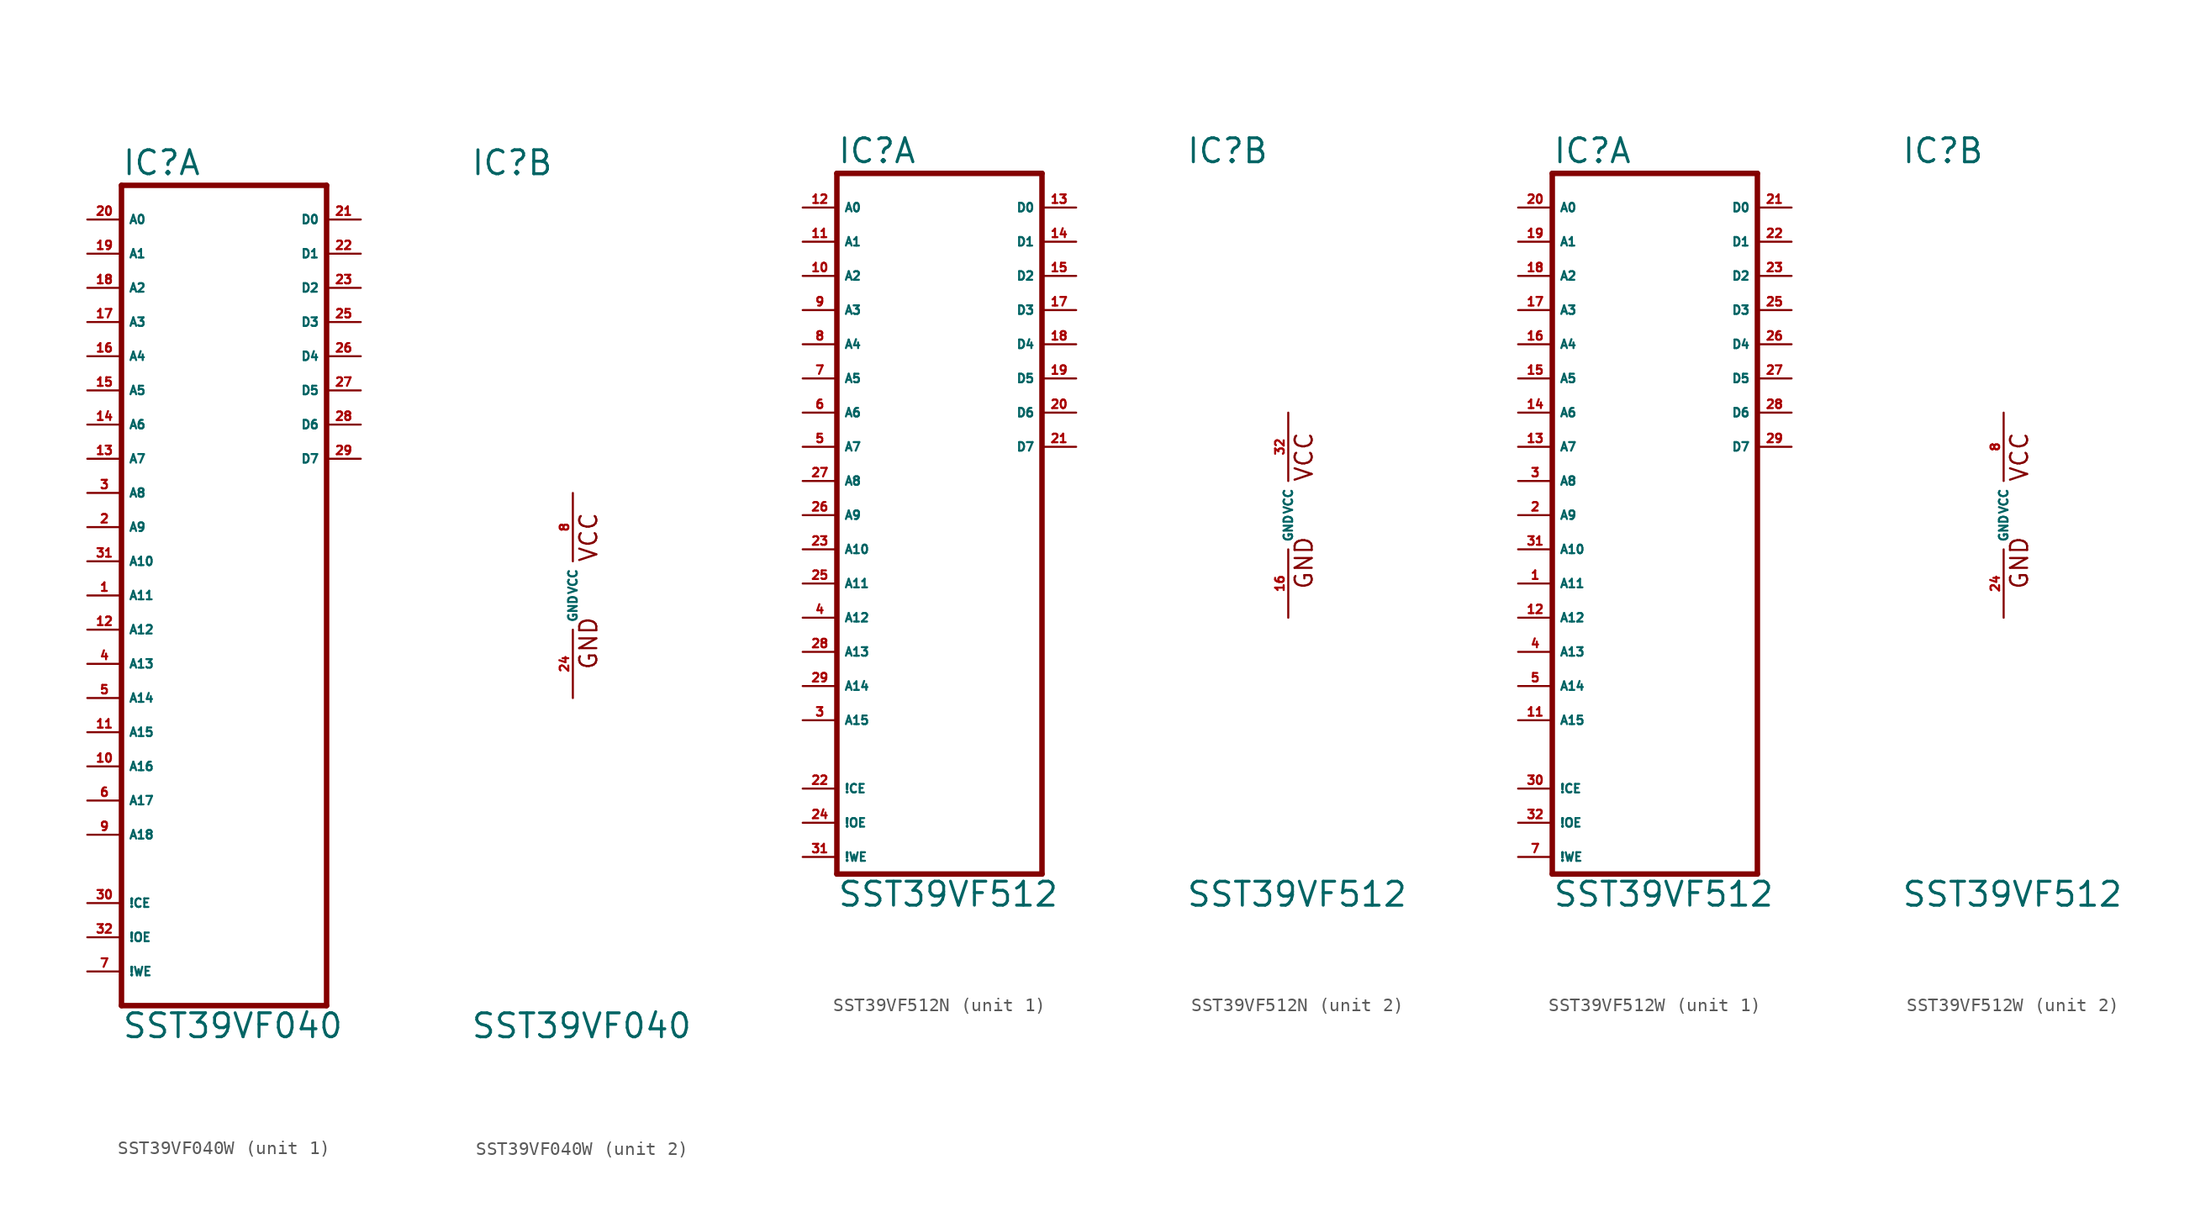
<source format=kicad_sym>
(kicad_symbol_lib
  (version 20220914)
  (generator Eagle2Kicad)
  (symbol "SST39VF040W"
    (property "Reference" "IC"
      (at -7.62 31.115 0)
      (effects (font (size 1.778 1.778) (thickness 0.22)) (justify left bottom)))
    (property "Value" "SST39VF040"
      (at -7.62 -33.02 0)
      (effects (font (size 1.778 1.778) (thickness 0.22)) (justify left bottom)))
    (symbol "SST39VF040W_1_0"
      (polyline (pts (xy -7.62 -30.48) (xy 7.62 -30.48)) (stroke (width 0.406) (type default)) (fill (type none)))
      (polyline (pts (xy 7.62 -30.48) (xy 7.62 30.48)) (stroke (width 0.406) (type default)) (fill (type none)))
      (polyline (pts (xy 7.62 30.48) (xy -7.62 30.48)) (stroke (width 0.406) (type default)) (fill (type none)))
      (polyline (pts (xy -7.62 30.48) (xy -7.62 -30.48)) (stroke (width 0.406) (type default)) (fill (type none)))
      (pin input line (at -10.16 10.16 0) (length 2.54) (name "A7" (effects (font (size 0.635 0.635) (thickness 0.08)) (justify left bottom))) (number "13" (effects (font (size 0.635 0.635) (thickness 0.08)) (justify left bottom))))
      (pin input line (at -10.16 12.7 0) (length 2.54) (name "A6" (effects (font (size 0.635 0.635) (thickness 0.08)) (justify left bottom))) (number "14" (effects (font (size 0.635 0.635) (thickness 0.08)) (justify left bottom))))
      (pin input line (at -10.16 15.24 0) (length 2.54) (name "A5" (effects (font (size 0.635 0.635) (thickness 0.08)) (justify left bottom))) (number "15" (effects (font (size 0.635 0.635) (thickness 0.08)) (justify left bottom))))
      (pin input line (at -10.16 17.78 0) (length 2.54) (name "A4" (effects (font (size 0.635 0.635) (thickness 0.08)) (justify left bottom))) (number "16" (effects (font (size 0.635 0.635) (thickness 0.08)) (justify left bottom))))
      (pin input line (at -10.16 20.32 0) (length 2.54) (name "A3" (effects (font (size 0.635 0.635) (thickness 0.08)) (justify left bottom))) (number "17" (effects (font (size 0.635 0.635) (thickness 0.08)) (justify left bottom))))
      (pin input line (at -10.16 22.86 0) (length 2.54) (name "A2" (effects (font (size 0.635 0.635) (thickness 0.08)) (justify left bottom))) (number "18" (effects (font (size 0.635 0.635) (thickness 0.08)) (justify left bottom))))
      (pin input line (at -10.16 25.4 0) (length 2.54) (name "A1" (effects (font (size 0.635 0.635) (thickness 0.08)) (justify left bottom))) (number "19" (effects (font (size 0.635 0.635) (thickness 0.08)) (justify left bottom))))
      (pin input line (at -10.16 27.94 0) (length 2.54) (name "A0" (effects (font (size 0.635 0.635) (thickness 0.08)) (justify left bottom))) (number "20" (effects (font (size 0.635 0.635) (thickness 0.08)) (justify left bottom))))
      (pin bidirectional line (at 10.16 27.94 180) (length 2.54) (name "D0" (effects (font (size 0.635 0.635) (thickness 0.08)) (justify left bottom))) (number "21" (effects (font (size 0.635 0.635) (thickness 0.08)) (justify left bottom))))
      (pin bidirectional line (at 10.16 25.4 180) (length 2.54) (name "D1" (effects (font (size 0.635 0.635) (thickness 0.08)) (justify left bottom))) (number "22" (effects (font (size 0.635 0.635) (thickness 0.08)) (justify left bottom))))
      (pin bidirectional line (at 10.16 22.86 180) (length 2.54) (name "D2" (effects (font (size 0.635 0.635) (thickness 0.08)) (justify left bottom))) (number "23" (effects (font (size 0.635 0.635) (thickness 0.08)) (justify left bottom))))
      (pin bidirectional line (at 10.16 20.32 180) (length 2.54) (name "D3" (effects (font (size 0.635 0.635) (thickness 0.08)) (justify left bottom))) (number "25" (effects (font (size 0.635 0.635) (thickness 0.08)) (justify left bottom))))
      (pin bidirectional line (at 10.16 17.78 180) (length 2.54) (name "D4" (effects (font (size 0.635 0.635) (thickness 0.08)) (justify left bottom))) (number "26" (effects (font (size 0.635 0.635) (thickness 0.08)) (justify left bottom))))
      (pin bidirectional line (at 10.16 15.24 180) (length 2.54) (name "D5" (effects (font (size 0.635 0.635) (thickness 0.08)) (justify left bottom))) (number "27" (effects (font (size 0.635 0.635) (thickness 0.08)) (justify left bottom))))
      (pin bidirectional line (at 10.16 12.7 180) (length 2.54) (name "D6" (effects (font (size 0.635 0.635) (thickness 0.08)) (justify left bottom))) (number "28" (effects (font (size 0.635 0.635) (thickness 0.08)) (justify left bottom))))
      (pin bidirectional line (at 10.16 10.16 180) (length 2.54) (name "D7" (effects (font (size 0.635 0.635) (thickness 0.08)) (justify left bottom))) (number "29" (effects (font (size 0.635 0.635) (thickness 0.08)) (justify left bottom))))
      (pin input line (at -10.16 -22.86 0) (length 2.54) (name "!CE" (effects (font (size 0.635 0.635) (thickness 0.08)) (justify left bottom))) (number "30" (effects (font (size 0.635 0.635) (thickness 0.08)) (justify left bottom))))
      (pin input line (at -10.16 2.54 0) (length 2.54) (name "A10" (effects (font (size 0.635 0.635) (thickness 0.08)) (justify left bottom))) (number "31" (effects (font (size 0.635 0.635) (thickness 0.08)) (justify left bottom))))
      (pin input line (at -10.16 -25.4 0) (length 2.54) (name "!OE" (effects (font (size 0.635 0.635) (thickness 0.08)) (justify left bottom))) (number "32" (effects (font (size 0.635 0.635) (thickness 0.08)) (justify left bottom))))
      (pin input line (at -10.16 -27.94 0) (length 2.54) (name "!WE" (effects (font (size 0.635 0.635) (thickness 0.08)) (justify left bottom))) (number "7" (effects (font (size 0.635 0.635) (thickness 0.08)) (justify left bottom))))
      (pin input line (at -10.16 5.08 0) (length 2.54) (name "A9" (effects (font (size 0.635 0.635) (thickness 0.08)) (justify left bottom))) (number "2" (effects (font (size 0.635 0.635) (thickness 0.08)) (justify left bottom))))
      (pin input line (at -10.16 7.62 0) (length 2.54) (name "A8" (effects (font (size 0.635 0.635) (thickness 0.08)) (justify left bottom))) (number "3" (effects (font (size 0.635 0.635) (thickness 0.08)) (justify left bottom))))
      (pin input line (at -10.16 0 0) (length 2.54) (name "A11" (effects (font (size 0.635 0.635) (thickness 0.08)) (justify left bottom))) (number "1" (effects (font (size 0.635 0.635) (thickness 0.08)) (justify left bottom))))
      (pin input line (at -10.16 -2.54 0) (length 2.54) (name "A12" (effects (font (size 0.635 0.635) (thickness 0.08)) (justify left bottom))) (number "12" (effects (font (size 0.635 0.635) (thickness 0.08)) (justify left bottom))))
      (pin input line (at -10.16 -5.08 0) (length 2.54) (name "A13" (effects (font (size 0.635 0.635) (thickness 0.08)) (justify left bottom))) (number "4" (effects (font (size 0.635 0.635) (thickness 0.08)) (justify left bottom))))
      (pin input line (at -10.16 -7.62 0) (length 2.54) (name "A14" (effects (font (size 0.635 0.635) (thickness 0.08)) (justify left bottom))) (number "5" (effects (font (size 0.635 0.635) (thickness 0.08)) (justify left bottom))))
      (pin input line (at -10.16 -10.16 0) (length 2.54) (name "A15" (effects (font (size 0.635 0.635) (thickness 0.08)) (justify left bottom))) (number "11" (effects (font (size 0.635 0.635) (thickness 0.08)) (justify left bottom))))
      (pin input line (at -10.16 -12.7 0) (length 2.54) (name "A16" (effects (font (size 0.635 0.635) (thickness 0.08)) (justify left bottom))) (number "10" (effects (font (size 0.635 0.635) (thickness 0.08)) (justify left bottom))))
      (pin input line (at -10.16 -15.24 0) (length 2.54) (name "A17" (effects (font (size 0.635 0.635) (thickness 0.08)) (justify left bottom))) (number "6" (effects (font (size 0.635 0.635) (thickness 0.08)) (justify left bottom))))
      (pin input line (at -10.16 -17.78 0) (length 2.54) (name "A18" (effects (font (size 0.635 0.635) (thickness 0.08)) (justify left bottom))) (number "9" (effects (font (size 0.635 0.635) (thickness 0.08)) (justify left bottom)))))
    (symbol "SST39VF040W_2_0"
      (text "GND" (at 1.905 -5.588 900) (effects (font (size 1.27 1.27) (thickness 0.16)) (justify left bottom)))
      (text "VCC" (at 1.905 2.413 900) (effects (font (size 1.27 1.27) (thickness 0.16)) (justify left bottom)))
      (pin unspecified line (at 0 -7.62 90) (length 5.08) (name "GND" (effects (font (size 0.635 0.635) (thickness 0.08)) (justify left bottom))) (number "24" (effects (font (size 0.635 0.635) (thickness 0.08)) (justify left bottom))))
      (pin unspecified line (at 0 7.62 270) (length 5.08) (name "VCC" (effects (font (size 0.635 0.635) (thickness 0.08)) (justify left bottom))) (number "8" (effects (font (size 0.635 0.635) (thickness 0.08)) (justify left bottom))))))
  (symbol "SST39VF512N"
    (property "Reference" "IC"
      (at -7.62 26.035 0)
      (effects (font (size 1.778 1.778) (thickness 0.22)) (justify left bottom)))
    (property "Value" "SST39VF512"
      (at -7.62 -29.21 0)
      (effects (font (size 1.778 1.778) (thickness 0.22)) (justify left bottom)))
    (symbol "SST39VF512N_1_0"
      (polyline (pts (xy -7.62 -26.67) (xy 7.62 -26.67)) (stroke (width 0.406) (type default)) (fill (type none)))
      (polyline (pts (xy 7.62 -26.67) (xy 7.62 25.4)) (stroke (width 0.406) (type default)) (fill (type none)))
      (polyline (pts (xy 7.62 25.4) (xy -7.62 25.4)) (stroke (width 0.406) (type default)) (fill (type none)))
      (polyline (pts (xy -7.62 25.4) (xy -7.62 -26.67)) (stroke (width 0.406) (type default)) (fill (type none)))
      (pin input line (at -10.16 5.08 0) (length 2.54) (name "A7" (effects (font (size 0.635 0.635) (thickness 0.08)) (justify left bottom))) (number "5" (effects (font (size 0.635 0.635) (thickness 0.08)) (justify left bottom))))
      (pin input line (at -10.16 7.62 0) (length 2.54) (name "A6" (effects (font (size 0.635 0.635) (thickness 0.08)) (justify left bottom))) (number "6" (effects (font (size 0.635 0.635) (thickness 0.08)) (justify left bottom))))
      (pin input line (at -10.16 10.16 0) (length 2.54) (name "A5" (effects (font (size 0.635 0.635) (thickness 0.08)) (justify left bottom))) (number "7" (effects (font (size 0.635 0.635) (thickness 0.08)) (justify left bottom))))
      (pin input line (at -10.16 12.7 0) (length 2.54) (name "A4" (effects (font (size 0.635 0.635) (thickness 0.08)) (justify left bottom))) (number "8" (effects (font (size 0.635 0.635) (thickness 0.08)) (justify left bottom))))
      (pin input line (at -10.16 15.24 0) (length 2.54) (name "A3" (effects (font (size 0.635 0.635) (thickness 0.08)) (justify left bottom))) (number "9" (effects (font (size 0.635 0.635) (thickness 0.08)) (justify left bottom))))
      (pin input line (at -10.16 17.78 0) (length 2.54) (name "A2" (effects (font (size 0.635 0.635) (thickness 0.08)) (justify left bottom))) (number "10" (effects (font (size 0.635 0.635) (thickness 0.08)) (justify left bottom))))
      (pin input line (at -10.16 20.32 0) (length 2.54) (name "A1" (effects (font (size 0.635 0.635) (thickness 0.08)) (justify left bottom))) (number "11" (effects (font (size 0.635 0.635) (thickness 0.08)) (justify left bottom))))
      (pin input line (at -10.16 22.86 0) (length 2.54) (name "A0" (effects (font (size 0.635 0.635) (thickness 0.08)) (justify left bottom))) (number "12" (effects (font (size 0.635 0.635) (thickness 0.08)) (justify left bottom))))
      (pin bidirectional line (at 10.16 22.86 180) (length 2.54) (name "D0" (effects (font (size 0.635 0.635) (thickness 0.08)) (justify left bottom))) (number "13" (effects (font (size 0.635 0.635) (thickness 0.08)) (justify left bottom))))
      (pin bidirectional line (at 10.16 20.32 180) (length 2.54) (name "D1" (effects (font (size 0.635 0.635) (thickness 0.08)) (justify left bottom))) (number "14" (effects (font (size 0.635 0.635) (thickness 0.08)) (justify left bottom))))
      (pin bidirectional line (at 10.16 17.78 180) (length 2.54) (name "D2" (effects (font (size 0.635 0.635) (thickness 0.08)) (justify left bottom))) (number "15" (effects (font (size 0.635 0.635) (thickness 0.08)) (justify left bottom))))
      (pin bidirectional line (at 10.16 15.24 180) (length 2.54) (name "D3" (effects (font (size 0.635 0.635) (thickness 0.08)) (justify left bottom))) (number "17" (effects (font (size 0.635 0.635) (thickness 0.08)) (justify left bottom))))
      (pin bidirectional line (at 10.16 12.7 180) (length 2.54) (name "D4" (effects (font (size 0.635 0.635) (thickness 0.08)) (justify left bottom))) (number "18" (effects (font (size 0.635 0.635) (thickness 0.08)) (justify left bottom))))
      (pin bidirectional line (at 10.16 10.16 180) (length 2.54) (name "D5" (effects (font (size 0.635 0.635) (thickness 0.08)) (justify left bottom))) (number "19" (effects (font (size 0.635 0.635) (thickness 0.08)) (justify left bottom))))
      (pin bidirectional line (at 10.16 7.62 180) (length 2.54) (name "D6" (effects (font (size 0.635 0.635) (thickness 0.08)) (justify left bottom))) (number "20" (effects (font (size 0.635 0.635) (thickness 0.08)) (justify left bottom))))
      (pin bidirectional line (at 10.16 5.08 180) (length 2.54) (name "D7" (effects (font (size 0.635 0.635) (thickness 0.08)) (justify left bottom))) (number "21" (effects (font (size 0.635 0.635) (thickness 0.08)) (justify left bottom))))
      (pin input line (at -10.16 -20.32 0) (length 2.54) (name "!CE" (effects (font (size 0.635 0.635) (thickness 0.08)) (justify left bottom))) (number "22" (effects (font (size 0.635 0.635) (thickness 0.08)) (justify left bottom))))
      (pin input line (at -10.16 -2.54 0) (length 2.54) (name "A10" (effects (font (size 0.635 0.635) (thickness 0.08)) (justify left bottom))) (number "23" (effects (font (size 0.635 0.635) (thickness 0.08)) (justify left bottom))))
      (pin input line (at -10.16 -22.86 0) (length 2.54) (name "!OE" (effects (font (size 0.635 0.635) (thickness 0.08)) (justify left bottom))) (number "24" (effects (font (size 0.635 0.635) (thickness 0.08)) (justify left bottom))))
      (pin input line (at -10.16 -25.4 0) (length 2.54) (name "!WE" (effects (font (size 0.635 0.635) (thickness 0.08)) (justify left bottom))) (number "31" (effects (font (size 0.635 0.635) (thickness 0.08)) (justify left bottom))))
      (pin input line (at -10.16 0 0) (length 2.54) (name "A9" (effects (font (size 0.635 0.635) (thickness 0.08)) (justify left bottom))) (number "26" (effects (font (size 0.635 0.635) (thickness 0.08)) (justify left bottom))))
      (pin input line (at -10.16 2.54 0) (length 2.54) (name "A8" (effects (font (size 0.635 0.635) (thickness 0.08)) (justify left bottom))) (number "27" (effects (font (size 0.635 0.635) (thickness 0.08)) (justify left bottom))))
      (pin input line (at -10.16 -5.08 0) (length 2.54) (name "A11" (effects (font (size 0.635 0.635) (thickness 0.08)) (justify left bottom))) (number "25" (effects (font (size 0.635 0.635) (thickness 0.08)) (justify left bottom))))
      (pin input line (at -10.16 -7.62 0) (length 2.54) (name "A12" (effects (font (size 0.635 0.635) (thickness 0.08)) (justify left bottom))) (number "4" (effects (font (size 0.635 0.635) (thickness 0.08)) (justify left bottom))))
      (pin input line (at -10.16 -10.16 0) (length 2.54) (name "A13" (effects (font (size 0.635 0.635) (thickness 0.08)) (justify left bottom))) (number "28" (effects (font (size 0.635 0.635) (thickness 0.08)) (justify left bottom))))
      (pin input line (at -10.16 -12.7 0) (length 2.54) (name "A14" (effects (font (size 0.635 0.635) (thickness 0.08)) (justify left bottom))) (number "29" (effects (font (size 0.635 0.635) (thickness 0.08)) (justify left bottom))))
      (pin input line (at -10.16 -15.24 0) (length 2.54) (name "A15" (effects (font (size 0.635 0.635) (thickness 0.08)) (justify left bottom))) (number "3" (effects (font (size 0.635 0.635) (thickness 0.08)) (justify left bottom)))))
    (symbol "SST39VF512N_2_0"
      (text "GND" (at 1.905 -5.588 900) (effects (font (size 1.27 1.27) (thickness 0.16)) (justify left bottom)))
      (text "VCC" (at 1.905 2.413 900) (effects (font (size 1.27 1.27) (thickness 0.16)) (justify left bottom)))
      (pin unspecified line (at 0 -7.62 90) (length 5.08) (name "GND" (effects (font (size 0.635 0.635) (thickness 0.08)) (justify left bottom))) (number "16" (effects (font (size 0.635 0.635) (thickness 0.08)) (justify left bottom))))
      (pin unspecified line (at 0 7.62 270) (length 5.08) (name "VCC" (effects (font (size 0.635 0.635) (thickness 0.08)) (justify left bottom))) (number "32" (effects (font (size 0.635 0.635) (thickness 0.08)) (justify left bottom))))))
  (symbol "SST39VF512W"
    (property "Reference" "IC"
      (at -7.62 26.035 0)
      (effects (font (size 1.778 1.778) (thickness 0.22)) (justify left bottom)))
    (property "Value" "SST39VF512"
      (at -7.62 -29.21 0)
      (effects (font (size 1.778 1.778) (thickness 0.22)) (justify left bottom)))
    (symbol "SST39VF512W_1_0"
      (polyline (pts (xy -7.62 -26.67) (xy 7.62 -26.67)) (stroke (width 0.406) (type default)) (fill (type none)))
      (polyline (pts (xy 7.62 -26.67) (xy 7.62 25.4)) (stroke (width 0.406) (type default)) (fill (type none)))
      (polyline (pts (xy 7.62 25.4) (xy -7.62 25.4)) (stroke (width 0.406) (type default)) (fill (type none)))
      (polyline (pts (xy -7.62 25.4) (xy -7.62 -26.67)) (stroke (width 0.406) (type default)) (fill (type none)))
      (pin input line (at -10.16 5.08 0) (length 2.54) (name "A7" (effects (font (size 0.635 0.635) (thickness 0.08)) (justify left bottom))) (number "13" (effects (font (size 0.635 0.635) (thickness 0.08)) (justify left bottom))))
      (pin input line (at -10.16 7.62 0) (length 2.54) (name "A6" (effects (font (size 0.635 0.635) (thickness 0.08)) (justify left bottom))) (number "14" (effects (font (size 0.635 0.635) (thickness 0.08)) (justify left bottom))))
      (pin input line (at -10.16 10.16 0) (length 2.54) (name "A5" (effects (font (size 0.635 0.635) (thickness 0.08)) (justify left bottom))) (number "15" (effects (font (size 0.635 0.635) (thickness 0.08)) (justify left bottom))))
      (pin input line (at -10.16 12.7 0) (length 2.54) (name "A4" (effects (font (size 0.635 0.635) (thickness 0.08)) (justify left bottom))) (number "16" (effects (font (size 0.635 0.635) (thickness 0.08)) (justify left bottom))))
      (pin input line (at -10.16 15.24 0) (length 2.54) (name "A3" (effects (font (size 0.635 0.635) (thickness 0.08)) (justify left bottom))) (number "17" (effects (font (size 0.635 0.635) (thickness 0.08)) (justify left bottom))))
      (pin input line (at -10.16 17.78 0) (length 2.54) (name "A2" (effects (font (size 0.635 0.635) (thickness 0.08)) (justify left bottom))) (number "18" (effects (font (size 0.635 0.635) (thickness 0.08)) (justify left bottom))))
      (pin input line (at -10.16 20.32 0) (length 2.54) (name "A1" (effects (font (size 0.635 0.635) (thickness 0.08)) (justify left bottom))) (number "19" (effects (font (size 0.635 0.635) (thickness 0.08)) (justify left bottom))))
      (pin input line (at -10.16 22.86 0) (length 2.54) (name "A0" (effects (font (size 0.635 0.635) (thickness 0.08)) (justify left bottom))) (number "20" (effects (font (size 0.635 0.635) (thickness 0.08)) (justify left bottom))))
      (pin bidirectional line (at 10.16 22.86 180) (length 2.54) (name "D0" (effects (font (size 0.635 0.635) (thickness 0.08)) (justify left bottom))) (number "21" (effects (font (size 0.635 0.635) (thickness 0.08)) (justify left bottom))))
      (pin bidirectional line (at 10.16 20.32 180) (length 2.54) (name "D1" (effects (font (size 0.635 0.635) (thickness 0.08)) (justify left bottom))) (number "22" (effects (font (size 0.635 0.635) (thickness 0.08)) (justify left bottom))))
      (pin bidirectional line (at 10.16 17.78 180) (length 2.54) (name "D2" (effects (font (size 0.635 0.635) (thickness 0.08)) (justify left bottom))) (number "23" (effects (font (size 0.635 0.635) (thickness 0.08)) (justify left bottom))))
      (pin bidirectional line (at 10.16 15.24 180) (length 2.54) (name "D3" (effects (font (size 0.635 0.635) (thickness 0.08)) (justify left bottom))) (number "25" (effects (font (size 0.635 0.635) (thickness 0.08)) (justify left bottom))))
      (pin bidirectional line (at 10.16 12.7 180) (length 2.54) (name "D4" (effects (font (size 0.635 0.635) (thickness 0.08)) (justify left bottom))) (number "26" (effects (font (size 0.635 0.635) (thickness 0.08)) (justify left bottom))))
      (pin bidirectional line (at 10.16 10.16 180) (length 2.54) (name "D5" (effects (font (size 0.635 0.635) (thickness 0.08)) (justify left bottom))) (number "27" (effects (font (size 0.635 0.635) (thickness 0.08)) (justify left bottom))))
      (pin bidirectional line (at 10.16 7.62 180) (length 2.54) (name "D6" (effects (font (size 0.635 0.635) (thickness 0.08)) (justify left bottom))) (number "28" (effects (font (size 0.635 0.635) (thickness 0.08)) (justify left bottom))))
      (pin bidirectional line (at 10.16 5.08 180) (length 2.54) (name "D7" (effects (font (size 0.635 0.635) (thickness 0.08)) (justify left bottom))) (number "29" (effects (font (size 0.635 0.635) (thickness 0.08)) (justify left bottom))))
      (pin input line (at -10.16 -20.32 0) (length 2.54) (name "!CE" (effects (font (size 0.635 0.635) (thickness 0.08)) (justify left bottom))) (number "30" (effects (font (size 0.635 0.635) (thickness 0.08)) (justify left bottom))))
      (pin input line (at -10.16 -2.54 0) (length 2.54) (name "A10" (effects (font (size 0.635 0.635) (thickness 0.08)) (justify left bottom))) (number "31" (effects (font (size 0.635 0.635) (thickness 0.08)) (justify left bottom))))
      (pin input line (at -10.16 -22.86 0) (length 2.54) (name "!OE" (effects (font (size 0.635 0.635) (thickness 0.08)) (justify left bottom))) (number "32" (effects (font (size 0.635 0.635) (thickness 0.08)) (justify left bottom))))
      (pin input line (at -10.16 -25.4 0) (length 2.54) (name "!WE" (effects (font (size 0.635 0.635) (thickness 0.08)) (justify left bottom))) (number "7" (effects (font (size 0.635 0.635) (thickness 0.08)) (justify left bottom))))
      (pin input line (at -10.16 0 0) (length 2.54) (name "A9" (effects (font (size 0.635 0.635) (thickness 0.08)) (justify left bottom))) (number "2" (effects (font (size 0.635 0.635) (thickness 0.08)) (justify left bottom))))
      (pin input line (at -10.16 2.54 0) (length 2.54) (name "A8" (effects (font (size 0.635 0.635) (thickness 0.08)) (justify left bottom))) (number "3" (effects (font (size 0.635 0.635) (thickness 0.08)) (justify left bottom))))
      (pin input line (at -10.16 -5.08 0) (length 2.54) (name "A11" (effects (font (size 0.635 0.635) (thickness 0.08)) (justify left bottom))) (number "1" (effects (font (size 0.635 0.635) (thickness 0.08)) (justify left bottom))))
      (pin input line (at -10.16 -7.62 0) (length 2.54) (name "A12" (effects (font (size 0.635 0.635) (thickness 0.08)) (justify left bottom))) (number "12" (effects (font (size 0.635 0.635) (thickness 0.08)) (justify left bottom))))
      (pin input line (at -10.16 -10.16 0) (length 2.54) (name "A13" (effects (font (size 0.635 0.635) (thickness 0.08)) (justify left bottom))) (number "4" (effects (font (size 0.635 0.635) (thickness 0.08)) (justify left bottom))))
      (pin input line (at -10.16 -12.7 0) (length 2.54) (name "A14" (effects (font (size 0.635 0.635) (thickness 0.08)) (justify left bottom))) (number "5" (effects (font (size 0.635 0.635) (thickness 0.08)) (justify left bottom))))
      (pin input line (at -10.16 -15.24 0) (length 2.54) (name "A15" (effects (font (size 0.635 0.635) (thickness 0.08)) (justify left bottom))) (number "11" (effects (font (size 0.635 0.635) (thickness 0.08)) (justify left bottom)))))
    (symbol "SST39VF512W_2_0"
      (text "GND" (at 1.905 -5.588 900) (effects (font (size 1.27 1.27) (thickness 0.16)) (justify left bottom)))
      (text "VCC" (at 1.905 2.413 900) (effects (font (size 1.27 1.27) (thickness 0.16)) (justify left bottom)))
      (pin unspecified line (at 0 -7.62 90) (length 5.08) (name "GND" (effects (font (size 0.635 0.635) (thickness 0.08)) (justify left bottom))) (number "24" (effects (font (size 0.635 0.635) (thickness 0.08)) (justify left bottom))))
      (pin unspecified line (at 0 7.62 270) (length 5.08) (name "VCC" (effects (font (size 0.635 0.635) (thickness 0.08)) (justify left bottom))) (number "8" (effects (font (size 0.635 0.635) (thickness 0.08)) (justify left bottom)))))))
</source>
